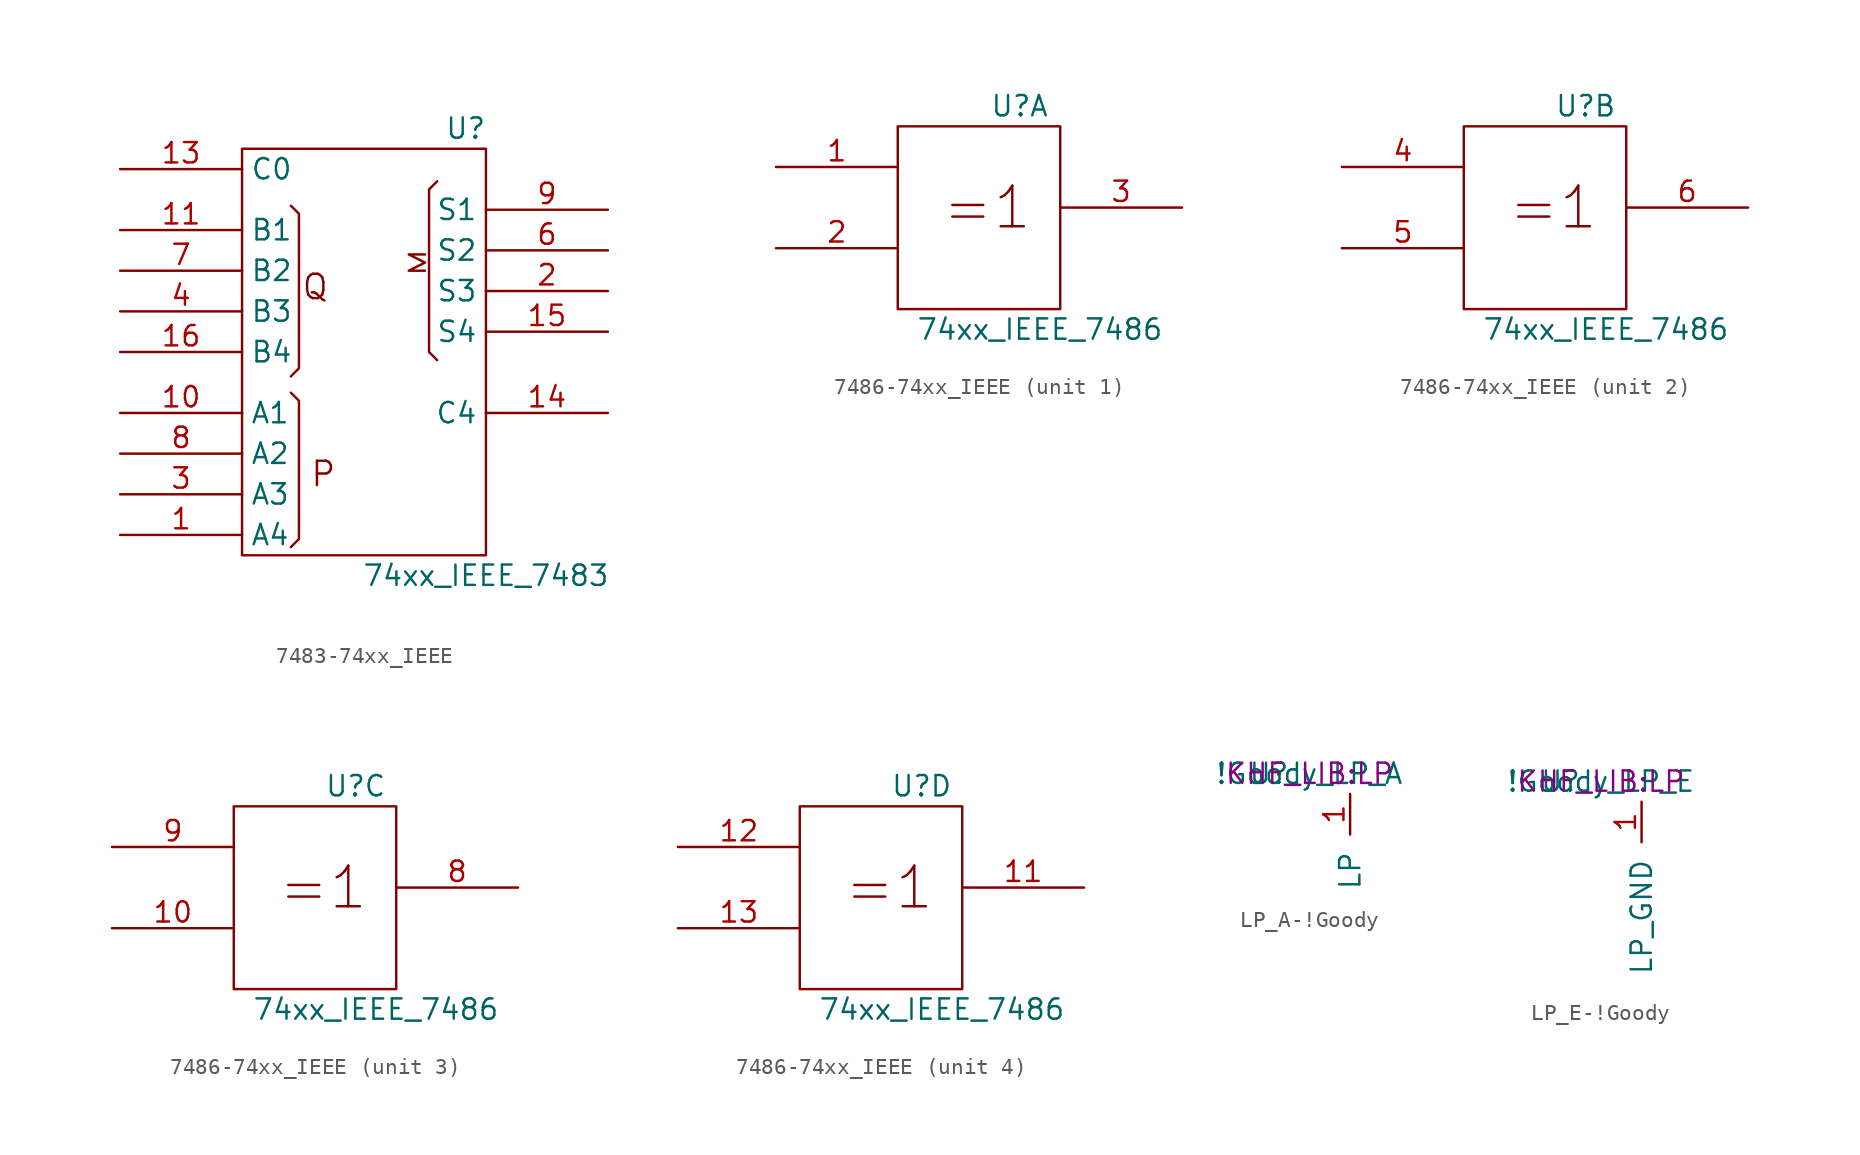
<source format=kicad_sym>
(kicad_symbol_lib
  (version 20220914)
  (generator kicad_symbol_editor)
  (symbol "7483-74xx_IEEE"
    (property "Reference" "U"
      (at 6.35 13.97 0)
      (effects (font (size 1.27 1.27))))
    (property "Value" "74xx_IEEE_7483"
      (at 7.62 -13.97 0)
      (effects (font (size 1.27 1.27))))
    (symbol "7483-74xx_IEEE_0_0"
      (rectangle (start -7.62 12.7) (end 7.62 -12.7) (stroke (width 0) (type solid)) (fill (type none)))
      (polyline (pts (xy -4.572 -12.192) (xy -4.064 -11.684) (xy -4.064 -3.048) (xy -4.572 -2.54) (xy -4.572 -2.54)) (stroke (width 0) (type solid)) (fill (type none)))
      (polyline (pts (xy -4.572 9.144) (xy -4.064 8.636) (xy -4.064 -1.016) (xy -4.572 -1.524) (xy -4.572 -1.524)) (stroke (width 0) (type solid)) (fill (type none)))
      (polyline (pts (xy 4.572 10.668) (xy 4.064 10.16) (xy 4.064 0) (xy 4.572 -0.508) (xy 4.572 -0.508)) (stroke (width 0) (type solid)) (fill (type none)))
      (polyline (pts (xy 3.81 6.096) (xy 2.794 6.096) (xy 3.81 5.588) (xy 2.794 5.08) (xy 3.81 5.08) (xy 3.81 5.08)) (stroke (width 0) (type solid)) (fill (type none)))
      (text "P" (at -2.54 -7.62 0) (effects (font (size 1.524 1.524))))
      (text "Q" (at -3.048 4.064 0) (effects (font (size 1.524 1.524))))
      (pin power_in line (at 0 -12.7 90) (length 0) hide (name "GND" (effects (font (size 1.27 1.27)))) (number "12" (effects (font (size 1.27 1.27)))))
      (pin power_in line (at 0 12.7 270) (length 0) hide (name "VCC" (effects (font (size 1.27 1.27)))) (number "5" (effects (font (size 1.27 1.27))))))
    (symbol "7483-74xx_IEEE_1_1"
      (pin input line (at -15.24 -11.43 0) (length 7.62) (name "A4" (effects (font (size 1.27 1.27)))) (number "1" (effects (font (size 1.27 1.27)))))
      (pin input line (at -15.24 -3.81 0) (length 7.62) (name "A1" (effects (font (size 1.27 1.27)))) (number "10" (effects (font (size 1.27 1.27)))))
      (pin input line (at -15.24 7.62 0) (length 7.62) (name "B1" (effects (font (size 1.27 1.27)))) (number "11" (effects (font (size 1.27 1.27)))))
      (pin input line (at -15.24 11.43 0) (length 7.62) (name "C0" (effects (font (size 1.27 1.27)))) (number "13" (effects (font (size 1.27 1.27)))))
      (pin output line (at 15.24 -3.81 180) (length 7.62) (name "C4" (effects (font (size 1.27 1.27)))) (number "14" (effects (font (size 1.27 1.27)))))
      (pin output line (at 15.24 1.27 180) (length 7.62) (name "S4" (effects (font (size 1.27 1.27)))) (number "15" (effects (font (size 1.27 1.27)))))
      (pin input line (at -15.24 0 0) (length 7.62) (name "B4" (effects (font (size 1.27 1.27)))) (number "16" (effects (font (size 1.27 1.27)))))
      (pin output line (at 15.24 3.81 180) (length 7.62) (name "S3" (effects (font (size 1.27 1.27)))) (number "2" (effects (font (size 1.27 1.27)))))
      (pin input line (at -15.24 -8.89 0) (length 7.62) (name "A3" (effects (font (size 1.27 1.27)))) (number "3" (effects (font (size 1.27 1.27)))))
      (pin input line (at -15.24 2.54 0) (length 7.62) (name "B3" (effects (font (size 1.27 1.27)))) (number "4" (effects (font (size 1.27 1.27)))))
      (pin output line (at 15.24 6.35 180) (length 7.62) (name "S2" (effects (font (size 1.27 1.27)))) (number "6" (effects (font (size 1.27 1.27)))))
      (pin input line (at -15.24 5.08 0) (length 7.62) (name "B2" (effects (font (size 1.27 1.27)))) (number "7" (effects (font (size 1.27 1.27)))))
      (pin input line (at -15.24 -6.35 0) (length 7.62) (name "A2" (effects (font (size 1.27 1.27)))) (number "8" (effects (font (size 1.27 1.27)))))
      (pin output line (at 15.24 8.89 180) (length 7.62) (name "S1" (effects (font (size 1.27 1.27)))) (number "9" (effects (font (size 1.27 1.27)))))))
  (symbol "7486-74xx_IEEE"
    (pin_names
      (offset 0.762))
    (property "Reference" "U"
      (at 2.54 6.35 0)
      (effects (font (size 1.27 1.27))))
    (property "Value" "74xx_IEEE_7486"
      (at 3.81 -7.62 0)
      (effects (font (size 1.27 1.27))))
    (symbol "7486-74xx_IEEE_0_1"
      (rectangle (start -5.08 5.08) (end 5.08 -6.35) (stroke (width 0) (type solid)) (fill (type none)))
      (text "=1" (at 0.508 0 0) (effects (font (size 2.54 2.54))))
      (pin power_in line (at 0 5.08 270) (length 0) hide (name "Vcc" (effects (font (size 1.27 1.27)))) (number "14" (effects (font (size 1.27 1.27)))))
      (pin power_in line (at 0 -6.35 90) (length 0) hide (name "Gnd" (effects (font (size 1.27 1.27)))) (number "7" (effects (font (size 1.27 1.27))))))
    (symbol "7486-74xx_IEEE_1_1"
      (pin input line (at -12.7 2.54 0) (length 7.62) (name "~" (effects (font (size 1.27 1.27)))) (number "1" (effects (font (size 1.27 1.27)))))
      (pin input line (at -12.7 -2.54 0) (length 7.62) (name "~" (effects (font (size 1.27 1.27)))) (number "2" (effects (font (size 1.27 1.27)))))
      (pin output line (at 12.7 0 180) (length 7.62) (name "~" (effects (font (size 1.27 1.27)))) (number "3" (effects (font (size 1.27 1.27))))))
    (symbol "7486-74xx_IEEE_2_1"
      (pin input line (at -12.7 2.54 0) (length 7.62) (name "~" (effects (font (size 1.27 1.27)))) (number "4" (effects (font (size 1.27 1.27)))))
      (pin input line (at -12.7 -2.54 0) (length 7.62) (name "~" (effects (font (size 1.27 1.27)))) (number "5" (effects (font (size 1.27 1.27)))))
      (pin output line (at 12.7 0 180) (length 7.62) (name "~" (effects (font (size 1.27 1.27)))) (number "6" (effects (font (size 1.27 1.27))))))
    (symbol "7486-74xx_IEEE_3_1"
      (pin input line (at -12.7 -2.54 0) (length 7.62) (name "~" (effects (font (size 1.27 1.27)))) (number "10" (effects (font (size 1.27 1.27)))))
      (pin output line (at 12.7 0 180) (length 7.62) (name "~" (effects (font (size 1.27 1.27)))) (number "8" (effects (font (size 1.27 1.27)))))
      (pin input line (at -12.7 2.54 0) (length 7.62) (name "~" (effects (font (size 1.27 1.27)))) (number "9" (effects (font (size 1.27 1.27))))))
    (symbol "7486-74xx_IEEE_4_1"
      (pin output line (at 12.7 0 180) (length 7.62) (name "~" (effects (font (size 1.27 1.27)))) (number "11" (effects (font (size 1.27 1.27)))))
      (pin input line (at -12.7 2.54 0) (length 7.62) (name "~" (effects (font (size 1.27 1.27)))) (number "12" (effects (font (size 1.27 1.27)))))
      (pin input line (at -12.7 -2.54 0) (length 7.62) (name "~" (effects (font (size 1.27 1.27)))) (number "13" (effects (font (size 1.27 1.27)))))))
  (symbol "LP_A-!Goody"
    (pin_names
      (offset 1.016))
    (property "Reference" "U"
      (at -6.35 1.27 0)
      (effects (font (size 1.27 1.27))))
    (property "Value" "!Goody_LP_A"
      (at -3.81 1.27 0)
      (effects (font (size 1.27 1.27))))
    (property "Footprint" "KHF_LIB:LP"
      (at -3.81 1.27 0)
      (effects (font (size 1.27 1.27))))
    (symbol "LP_A-!Goody_1_1"
      (pin output line (at -1.27 0 270) (length 2.54) (name "LP" (effects (font (size 1.27 1.27)))) (number "1" (effects (font (size 1.27 1.27)))))))
  (symbol "LP_E-!Goody"
    (pin_names
      (offset 1.016))
    (property "Reference" "U"
      (at -6.35 1.27 0)
      (effects (font (size 1.27 1.27))))
    (property "Value" "!Goody_LP_E"
      (at -3.81 1.27 0)
      (effects (font (size 1.27 1.27))))
    (property "Footprint" "KHF_LIB:LP"
      (at -3.81 1.27 0)
      (effects (font (size 1.27 1.27))))
    (symbol "LP_E-!Goody_1_1"
      (pin input line (at -1.27 0 270) (length 2.54) (name "LP_GND" (effects (font (size 1.27 1.27)))) (number "1" (effects (font (size 1.27 1.27))))))))
</source>
